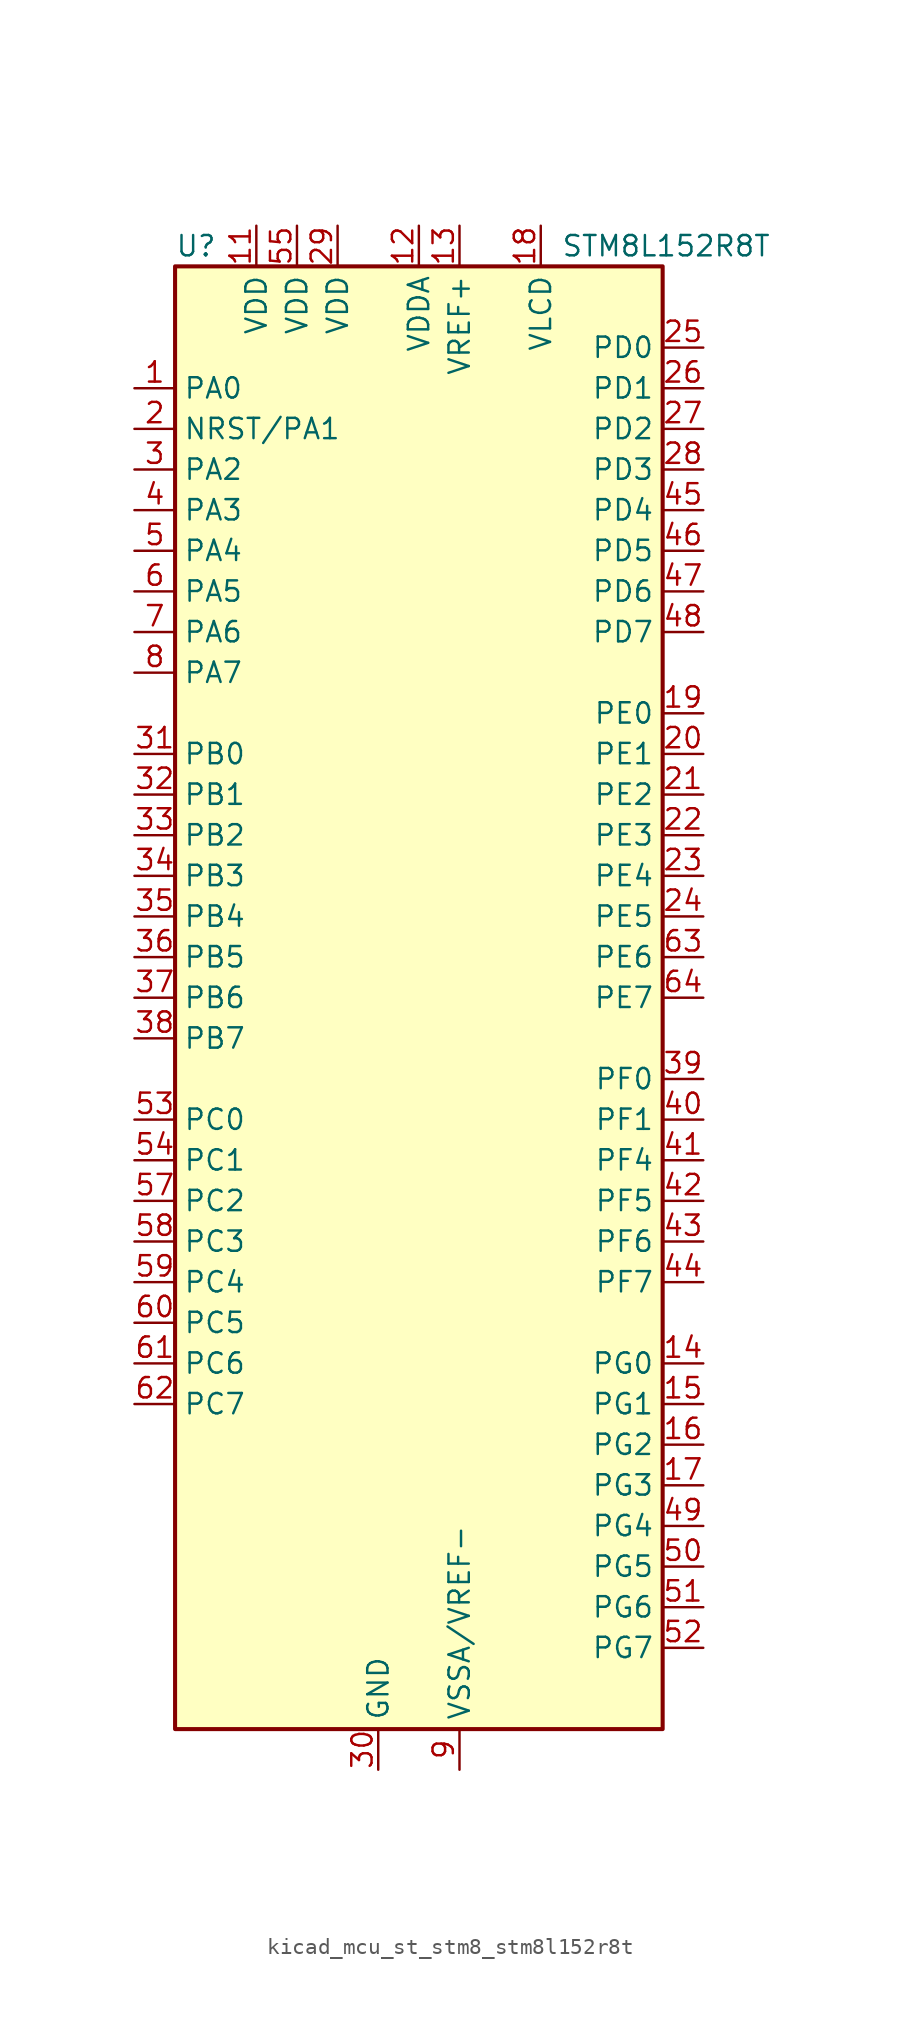
<source format=kicad_sym>
(kicad_symbol_lib
  (version 20220914)
  (generator kicad_symbol_editor)
  (symbol "kicad_mcu_st_stm8_stm8l152r8t"
    (property "Reference" "U"
      (at -15.24 46.99 0)
      (effects (font (size 1.27 1.27)) (justify left)))
    (property "Value" "STM8L152R8T"
      (at 8.89 46.99 0)
      (effects (font (size 1.27 1.27)) (justify left)))
    (symbol "kicad_mcu_st_stm8_stm8l152r8t_0_0"
      (pin passive line (at -2.54 -48.26 90) (length 2.54) hide (name "GND" (effects (font (size 1.27 1.27)))) (number "10" (effects (font (size 1.27 1.27)))))
      (pin bidirectional line (at 17.78 12.7 180) (length 2.54) (name "PE2" (effects (font (size 1.27 1.27)))) (number "21" (effects (font (size 1.27 1.27)))))
      (pin bidirectional line (at 17.78 10.16 180) (length 2.54) (name "PE3" (effects (font (size 1.27 1.27)))) (number "22" (effects (font (size 1.27 1.27)))))
      (pin bidirectional line (at 17.78 7.62 180) (length 2.54) (name "PE4" (effects (font (size 1.27 1.27)))) (number "23" (effects (font (size 1.27 1.27)))))
      (pin bidirectional line (at 17.78 5.08 180) (length 2.54) (name "PE5" (effects (font (size 1.27 1.27)))) (number "24" (effects (font (size 1.27 1.27)))))
      (pin bidirectional line (at 17.78 40.64 180) (length 2.54) (name "PD0" (effects (font (size 1.27 1.27)))) (number "25" (effects (font (size 1.27 1.27)))))
      (pin bidirectional line (at 17.78 38.1 180) (length 2.54) (name "PD1" (effects (font (size 1.27 1.27)))) (number "26" (effects (font (size 1.27 1.27)))))
      (pin bidirectional line (at 17.78 35.56 180) (length 2.54) (name "PD2" (effects (font (size 1.27 1.27)))) (number "27" (effects (font (size 1.27 1.27)))))
      (pin bidirectional line (at 17.78 33.02 180) (length 2.54) (name "PD3" (effects (font (size 1.27 1.27)))) (number "28" (effects (font (size 1.27 1.27)))))
      (pin power_in line (at -5.08 48.26 270) (length 2.54) (name "VDD" (effects (font (size 1.27 1.27)))) (number "29" (effects (font (size 1.27 1.27)))))
      (pin power_in line (at -2.54 -48.26 90) (length 2.54) (name "GND" (effects (font (size 1.27 1.27)))) (number "30" (effects (font (size 1.27 1.27)))))
      (pin bidirectional line (at -17.78 15.24 0) (length 2.54) (name "PB0" (effects (font (size 1.27 1.27)))) (number "31" (effects (font (size 1.27 1.27)))))
      (pin bidirectional line (at -17.78 12.7 0) (length 2.54) (name "PB1" (effects (font (size 1.27 1.27)))) (number "32" (effects (font (size 1.27 1.27)))))
      (pin bidirectional line (at -17.78 10.16 0) (length 2.54) (name "PB2" (effects (font (size 1.27 1.27)))) (number "33" (effects (font (size 1.27 1.27)))))
      (pin bidirectional line (at -17.78 7.62 0) (length 2.54) (name "PB3" (effects (font (size 1.27 1.27)))) (number "34" (effects (font (size 1.27 1.27)))))
      (pin bidirectional line (at -17.78 5.08 0) (length 2.54) (name "PB4" (effects (font (size 1.27 1.27)))) (number "35" (effects (font (size 1.27 1.27)))))
      (pin bidirectional line (at -17.78 2.54 0) (length 2.54) (name "PB5" (effects (font (size 1.27 1.27)))) (number "36" (effects (font (size 1.27 1.27)))))
      (pin bidirectional line (at -17.78 0 0) (length 2.54) (name "PB6" (effects (font (size 1.27 1.27)))) (number "37" (effects (font (size 1.27 1.27)))))
      (pin bidirectional line (at -17.78 -2.54 0) (length 2.54) (name "PB7" (effects (font (size 1.27 1.27)))) (number "38" (effects (font (size 1.27 1.27)))))
      (pin bidirectional line (at 17.78 -5.08 180) (length 2.54) (name "PF0" (effects (font (size 1.27 1.27)))) (number "39" (effects (font (size 1.27 1.27)))))
      (pin bidirectional line (at 17.78 -7.62 180) (length 2.54) (name "PF1" (effects (font (size 1.27 1.27)))) (number "40" (effects (font (size 1.27 1.27)))))
      (pin bidirectional line (at 17.78 -10.16 180) (length 2.54) (name "PF4" (effects (font (size 1.27 1.27)))) (number "41" (effects (font (size 1.27 1.27)))))
      (pin bidirectional line (at 17.78 -12.7 180) (length 2.54) (name "PF5" (effects (font (size 1.27 1.27)))) (number "42" (effects (font (size 1.27 1.27)))))
      (pin bidirectional line (at 17.78 -15.24 180) (length 2.54) (name "PF6" (effects (font (size 1.27 1.27)))) (number "43" (effects (font (size 1.27 1.27)))))
      (pin bidirectional line (at 17.78 -17.78 180) (length 2.54) (name "PF7" (effects (font (size 1.27 1.27)))) (number "44" (effects (font (size 1.27 1.27)))))
      (pin bidirectional line (at 17.78 30.48 180) (length 2.54) (name "PD4" (effects (font (size 1.27 1.27)))) (number "45" (effects (font (size 1.27 1.27)))))
      (pin bidirectional line (at 17.78 27.94 180) (length 2.54) (name "PD5" (effects (font (size 1.27 1.27)))) (number "46" (effects (font (size 1.27 1.27)))))
      (pin bidirectional line (at 17.78 25.4 180) (length 2.54) (name "PD6" (effects (font (size 1.27 1.27)))) (number "47" (effects (font (size 1.27 1.27)))))
      (pin bidirectional line (at 17.78 22.86 180) (length 2.54) (name "PD7" (effects (font (size 1.27 1.27)))) (number "48" (effects (font (size 1.27 1.27)))))
      (pin bidirectional line (at 17.78 -33.02 180) (length 2.54) (name "PG4" (effects (font (size 1.27 1.27)))) (number "49" (effects (font (size 1.27 1.27)))))
      (pin bidirectional line (at 17.78 -35.56 180) (length 2.54) (name "PG5" (effects (font (size 1.27 1.27)))) (number "50" (effects (font (size 1.27 1.27)))))
      (pin bidirectional line (at 17.78 -38.1 180) (length 2.54) (name "PG6" (effects (font (size 1.27 1.27)))) (number "51" (effects (font (size 1.27 1.27)))))
      (pin bidirectional line (at 17.78 -40.64 180) (length 2.54) (name "PG7" (effects (font (size 1.27 1.27)))) (number "52" (effects (font (size 1.27 1.27)))))
      (pin bidirectional line (at -17.78 -7.62 0) (length 2.54) (name "PC0" (effects (font (size 1.27 1.27)))) (number "53" (effects (font (size 1.27 1.27)))))
      (pin bidirectional line (at -17.78 -10.16 0) (length 2.54) (name "PC1" (effects (font (size 1.27 1.27)))) (number "54" (effects (font (size 1.27 1.27)))))
      (pin power_in line (at -7.62 48.26 270) (length 2.54) (name "VDD" (effects (font (size 1.27 1.27)))) (number "55" (effects (font (size 1.27 1.27)))))
      (pin passive line (at -2.54 -48.26 90) (length 2.54) hide (name "GND" (effects (font (size 1.27 1.27)))) (number "56" (effects (font (size 1.27 1.27)))))
      (pin bidirectional line (at -17.78 -12.7 0) (length 2.54) (name "PC2" (effects (font (size 1.27 1.27)))) (number "57" (effects (font (size 1.27 1.27)))))
      (pin bidirectional line (at -17.78 -15.24 0) (length 2.54) (name "PC3" (effects (font (size 1.27 1.27)))) (number "58" (effects (font (size 1.27 1.27)))))
      (pin bidirectional line (at -17.78 -17.78 0) (length 2.54) (name "PC4" (effects (font (size 1.27 1.27)))) (number "59" (effects (font (size 1.27 1.27)))))
      (pin bidirectional line (at -17.78 -20.32 0) (length 2.54) (name "PC5" (effects (font (size 1.27 1.27)))) (number "60" (effects (font (size 1.27 1.27)))))
      (pin bidirectional line (at -17.78 -22.86 0) (length 2.54) (name "PC6" (effects (font (size 1.27 1.27)))) (number "61" (effects (font (size 1.27 1.27)))))
      (pin bidirectional line (at -17.78 -25.4 0) (length 2.54) (name "PC7" (effects (font (size 1.27 1.27)))) (number "62" (effects (font (size 1.27 1.27)))))
      (pin bidirectional line (at 17.78 2.54 180) (length 2.54) (name "PE6" (effects (font (size 1.27 1.27)))) (number "63" (effects (font (size 1.27 1.27)))))
      (pin bidirectional line (at 17.78 0 180) (length 2.54) (name "PE7" (effects (font (size 1.27 1.27)))) (number "64" (effects (font (size 1.27 1.27))))))
    (symbol "kicad_mcu_st_stm8_stm8l152r8t_0_1"
      (rectangle (start -15.24 45.72) (end 15.24 -45.72) (stroke (width 0.254) (type default)) (fill (type background))))
    (symbol "kicad_mcu_st_stm8_stm8l152r8t_1_1"
      (pin bidirectional line (at -17.78 38.1 0) (length 2.54) (name "PA0" (effects (font (size 1.27 1.27)))) (number "1" (effects (font (size 1.27 1.27)))))
      (pin power_in line (at -10.16 48.26 270) (length 2.54) (name "VDD" (effects (font (size 1.27 1.27)))) (number "11" (effects (font (size 1.27 1.27)))))
      (pin power_in line (at 0 48.26 270) (length 2.54) (name "VDDA" (effects (font (size 1.27 1.27)))) (number "12" (effects (font (size 1.27 1.27)))))
      (pin power_in line (at 2.54 48.26 270) (length 2.54) (name "VREF+" (effects (font (size 1.27 1.27)))) (number "13" (effects (font (size 1.27 1.27)))))
      (pin bidirectional line (at 17.78 -22.86 180) (length 2.54) (name "PG0" (effects (font (size 1.27 1.27)))) (number "14" (effects (font (size 1.27 1.27)))))
      (pin bidirectional line (at 17.78 -25.4 180) (length 2.54) (name "PG1" (effects (font (size 1.27 1.27)))) (number "15" (effects (font (size 1.27 1.27)))))
      (pin bidirectional line (at 17.78 -27.94 180) (length 2.54) (name "PG2" (effects (font (size 1.27 1.27)))) (number "16" (effects (font (size 1.27 1.27)))))
      (pin bidirectional line (at 17.78 -30.48 180) (length 2.54) (name "PG3" (effects (font (size 1.27 1.27)))) (number "17" (effects (font (size 1.27 1.27)))))
      (pin power_in line (at 7.62 48.26 270) (length 2.54) (name "VLCD" (effects (font (size 1.27 1.27)))) (number "18" (effects (font (size 1.27 1.27)))))
      (pin bidirectional line (at 17.78 17.78 180) (length 2.54) (name "PE0" (effects (font (size 1.27 1.27)))) (number "19" (effects (font (size 1.27 1.27)))))
      (pin bidirectional line (at -17.78 35.56 0) (length 2.54) (name "NRST/PA1" (effects (font (size 1.27 1.27)))) (number "2" (effects (font (size 1.27 1.27)))))
      (pin bidirectional line (at 17.78 15.24 180) (length 2.54) (name "PE1" (effects (font (size 1.27 1.27)))) (number "20" (effects (font (size 1.27 1.27)))))
      (pin bidirectional line (at -17.78 33.02 0) (length 2.54) (name "PA2" (effects (font (size 1.27 1.27)))) (number "3" (effects (font (size 1.27 1.27)))))
      (pin bidirectional line (at -17.78 30.48 0) (length 2.54) (name "PA3" (effects (font (size 1.27 1.27)))) (number "4" (effects (font (size 1.27 1.27)))))
      (pin bidirectional line (at -17.78 27.94 0) (length 2.54) (name "PA4" (effects (font (size 1.27 1.27)))) (number "5" (effects (font (size 1.27 1.27)))))
      (pin bidirectional line (at -17.78 25.4 0) (length 2.54) (name "PA5" (effects (font (size 1.27 1.27)))) (number "6" (effects (font (size 1.27 1.27)))))
      (pin bidirectional line (at -17.78 22.86 0) (length 2.54) (name "PA6" (effects (font (size 1.27 1.27)))) (number "7" (effects (font (size 1.27 1.27)))))
      (pin bidirectional line (at -17.78 20.32 0) (length 2.54) (name "PA7" (effects (font (size 1.27 1.27)))) (number "8" (effects (font (size 1.27 1.27)))))
      (pin power_in line (at 2.54 -48.26 90) (length 2.54) (name "VSSA/VREF-" (effects (font (size 1.27 1.27)))) (number "9" (effects (font (size 1.27 1.27))))))))
</source>
